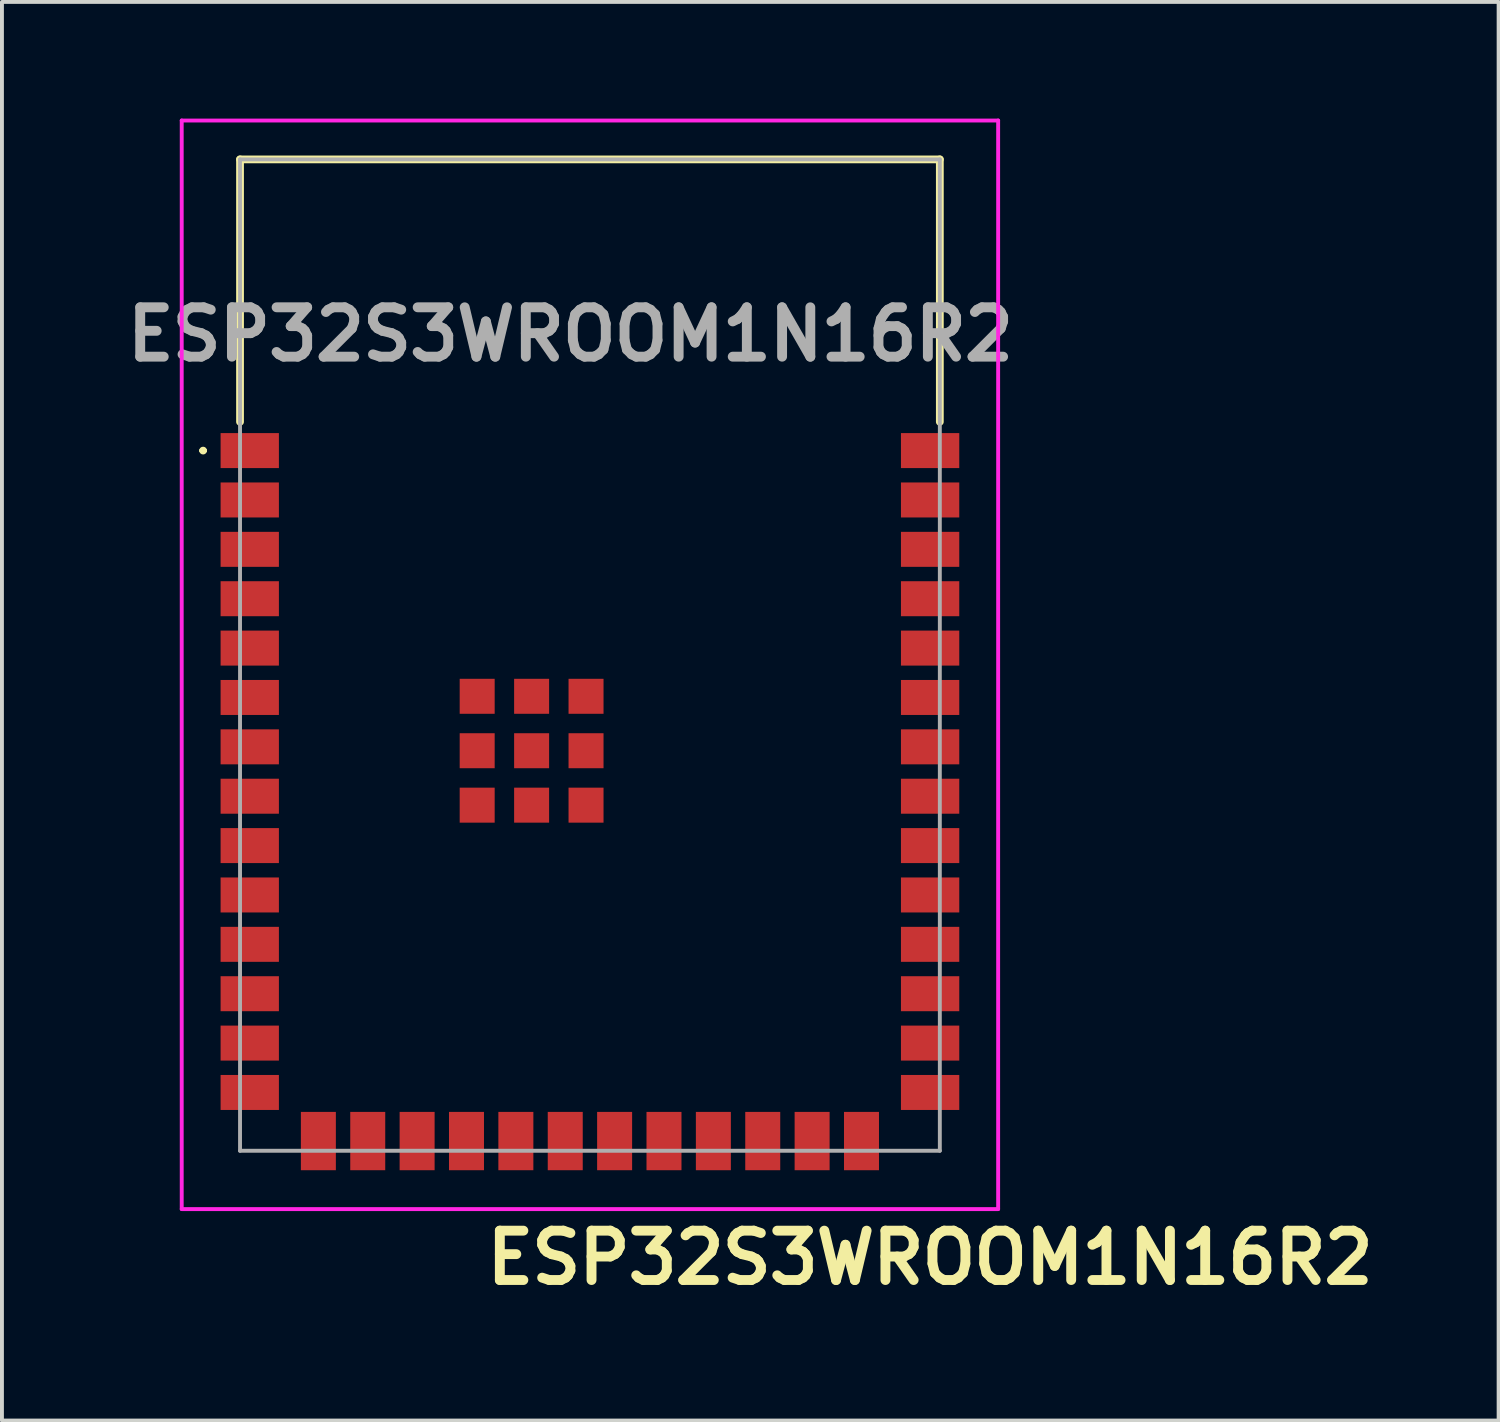
<source format=kicad_pcb>
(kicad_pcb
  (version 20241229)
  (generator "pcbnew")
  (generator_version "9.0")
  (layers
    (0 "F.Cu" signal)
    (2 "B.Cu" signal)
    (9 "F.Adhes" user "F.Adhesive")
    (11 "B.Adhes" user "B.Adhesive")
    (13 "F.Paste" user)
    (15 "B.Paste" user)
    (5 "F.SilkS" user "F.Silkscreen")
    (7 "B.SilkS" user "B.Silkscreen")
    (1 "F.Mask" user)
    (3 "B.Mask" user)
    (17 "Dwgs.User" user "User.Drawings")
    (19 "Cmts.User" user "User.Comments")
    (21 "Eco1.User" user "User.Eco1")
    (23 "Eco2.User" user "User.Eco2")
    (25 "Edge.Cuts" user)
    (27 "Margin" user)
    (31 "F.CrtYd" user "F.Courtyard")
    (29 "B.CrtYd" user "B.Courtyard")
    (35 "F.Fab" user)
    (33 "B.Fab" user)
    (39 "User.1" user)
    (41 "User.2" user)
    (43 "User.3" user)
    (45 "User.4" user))
  (footprint "ESP32S3WROOM1N16R2"
    (layer "F.Cu")
    (at 12.124 13.8)
    (property "Reference" "ESP32S3WROOM1N16R2" (at 8.75 15.5 0) (layer "F.SilkS") (effects (font (size 1.27 1.27) (thickness 0.254))))
    (attr smd)
    (fp_line (start -10 -5.26) (end -10 -5.26) (stroke (width 0.1) (type solid)) (layer "F.SilkS"))
    (fp_line (start -9.9 -5.26) (end -9.9 -5.26) (stroke (width 0.1) (type solid)) (layer "F.SilkS"))
    (fp_line (start -9 -12.75) (end 9 -12.75) (stroke (width 0.2) (type solid)) (layer "F.SilkS"))
    (fp_line (start -9 -6) (end -9 -12.75) (stroke (width 0.2) (type solid)) (layer "F.SilkS"))
    (fp_line (start 9 -12.75) (end 9 -6) (stroke (width 0.2) (type solid)) (layer "F.SilkS"))
    (fp_arc (start -10 -5.26) (mid -9.95 -5.31) (end -9.9 -5.26) (stroke (width 0.1) (type solid)) (layer "F.SilkS"))
    (fp_arc (start -9.9 -5.26) (mid -9.95 -5.21) (end -10 -5.26) (stroke (width 0.1) (type solid)) (layer "F.SilkS"))
    (fp_line (start -10.5 -13.75) (end 10.5 -13.75) (stroke (width 0.1) (type solid)) (layer "F.CrtYd"))
    (fp_line (start -10.5 14.25) (end -10.5 -13.75) (stroke (width 0.1) (type solid)) (layer "F.CrtYd"))
    (fp_line (start 10.5 -13.75) (end 10.5 14.25) (stroke (width 0.1) (type solid)) (layer "F.CrtYd"))
    (fp_line (start 10.5 14.25) (end -10.5 14.25) (stroke (width 0.1) (type solid)) (layer "F.CrtYd"))
    (fp_line (start -9 -12.75) (end 9 -12.75) (stroke (width 0.1) (type solid)) (layer "F.Fab"))
    (fp_line (start -9 12.75) (end -9 -12.75) (stroke (width 0.1) (type solid)) (layer "F.Fab"))
    (fp_line (start 9 -12.75) (end 9 12.75) (stroke (width 0.1) (type solid)) (layer "F.Fab"))
    (fp_line (start 9 12.75) (end -9 12.75) (stroke (width 0.1) (type solid)) (layer "F.Fab"))
    (fp_text user "${REFERENCE}" (at -0.5 -8.25 0) (layer "F.Fab") (effects (font (size 1.27 1.27) (thickness 0.254))))
    (pad "1" smd rect (at -8.75 -5.26 90) (size 0.9 1.5) (layers "F.Cu" "F.Mask" "F.Paste"))
    (pad "2" smd rect (at -8.75 -3.99 90) (size 0.9 1.5) (layers "F.Cu" "F.Mask" "F.Paste"))
    (pad "3" smd rect (at -8.75 -2.72 90) (size 0.9 1.5) (layers "F.Cu" "F.Mask" "F.Paste"))
    (pad "4" smd rect (at -8.75 -1.45 90) (size 0.9 1.5) (layers "F.Cu" "F.Mask" "F.Paste"))
    (pad "5" smd rect (at -8.75 -0.18 90) (size 0.9 1.5) (layers "F.Cu" "F.Mask" "F.Paste"))
    (pad "6" smd rect (at -8.75 1.09 90) (size 0.9 1.5) (layers "F.Cu" "F.Mask" "F.Paste"))
    (pad "7" smd rect (at -8.75 2.36 90) (size 0.9 1.5) (layers "F.Cu" "F.Mask" "F.Paste"))
    (pad "8" smd rect (at -8.75 3.63 90) (size 0.9 1.5) (layers "F.Cu" "F.Mask" "F.Paste"))
    (pad "9" smd rect (at -8.75 4.9 90) (size 0.9 1.5) (layers "F.Cu" "F.Mask" "F.Paste"))
    (pad "10" smd rect (at -8.75 6.17 90) (size 0.9 1.5) (layers "F.Cu" "F.Mask" "F.Paste"))
    (pad "11" smd rect (at -8.75 7.44 90) (size 0.9 1.5) (layers "F.Cu" "F.Mask" "F.Paste"))
    (pad "12" smd rect (at -8.75 8.71 90) (size 0.9 1.5) (layers "F.Cu" "F.Mask" "F.Paste"))
    (pad "13" smd rect (at -8.75 9.98 90) (size 0.9 1.5) (layers "F.Cu" "F.Mask" "F.Paste"))
    (pad "14" smd rect (at -8.75 11.25 90) (size 0.9 1.5) (layers "F.Cu" "F.Mask" "F.Paste"))
    (pad "15" smd rect (at -6.985 12.5) (size 0.9 1.5) (layers "F.Cu" "F.Mask" "F.Paste"))
    (pad "16" smd rect (at -5.715 12.5) (size 0.9 1.5) (layers "F.Cu" "F.Mask" "F.Paste"))
    (pad "17" smd rect (at -4.445 12.5) (size 0.9 1.5) (layers "F.Cu" "F.Mask" "F.Paste"))
    (pad "18" smd rect (at -3.175 12.5) (size 0.9 1.5) (layers "F.Cu" "F.Mask" "F.Paste"))
    (pad "19" smd rect (at -1.905 12.5) (size 0.9 1.5) (layers "F.Cu" "F.Mask" "F.Paste"))
    (pad "20" smd rect (at -0.635 12.5) (size 0.9 1.5) (layers "F.Cu" "F.Mask" "F.Paste"))
    (pad "21" smd rect (at 0.635 12.5) (size 0.9 1.5) (layers "F.Cu" "F.Mask" "F.Paste"))
    (pad "22" smd rect (at 1.905 12.5) (size 0.9 1.5) (layers "F.Cu" "F.Mask" "F.Paste"))
    (pad "23" smd rect (at 3.175 12.5) (size 0.9 1.5) (layers "F.Cu" "F.Mask" "F.Paste"))
    (pad "24" smd rect (at 4.445 12.5) (size 0.9 1.5) (layers "F.Cu" "F.Mask" "F.Paste"))
    (pad "25" smd rect (at 5.715 12.5) (size 0.9 1.5) (layers "F.Cu" "F.Mask" "F.Paste"))
    (pad "26" smd rect (at 6.985 12.5) (size 0.9 1.5) (layers "F.Cu" "F.Mask" "F.Paste"))
    (pad "27" smd rect (at 8.75 11.25 90) (size 0.9 1.5) (layers "F.Cu" "F.Mask" "F.Paste"))
    (pad "28" smd rect (at 8.75 9.98 90) (size 0.9 1.5) (layers "F.Cu" "F.Mask" "F.Paste"))
    (pad "29" smd rect (at 8.75 8.71 90) (size 0.9 1.5) (layers "F.Cu" "F.Mask" "F.Paste"))
    (pad "30" smd rect (at 8.75 7.44 90) (size 0.9 1.5) (layers "F.Cu" "F.Mask" "F.Paste"))
    (pad "31" smd rect (at 8.75 6.17 90) (size 0.9 1.5) (layers "F.Cu" "F.Mask" "F.Paste"))
    (pad "32" smd rect (at 8.75 4.9 90) (size 0.9 1.5) (layers "F.Cu" "F.Mask" "F.Paste"))
    (pad "33" smd rect (at 8.75 3.63 90) (size 0.9 1.5) (layers "F.Cu" "F.Mask" "F.Paste"))
    (pad "34" smd rect (at 8.75 2.36 90) (size 0.9 1.5) (layers "F.Cu" "F.Mask" "F.Paste"))
    (pad "35" smd rect (at 8.75 1.09 90) (size 0.9 1.5) (layers "F.Cu" "F.Mask" "F.Paste"))
    (pad "36" smd rect (at 8.75 -0.18 90) (size 0.9 1.5) (layers "F.Cu" "F.Mask" "F.Paste"))
    (pad "37" smd rect (at 8.75 -1.45 90) (size 0.9 1.5) (layers "F.Cu" "F.Mask" "F.Paste"))
    (pad "38" smd rect (at 8.75 -2.72 90) (size 0.9 1.5) (layers "F.Cu" "F.Mask" "F.Paste"))
    (pad "39" smd rect (at 8.75 -3.99 90) (size 0.9 1.5) (layers "F.Cu" "F.Mask" "F.Paste"))
    (pad "40" smd rect (at 8.75 -5.26 90) (size 0.9 1.5) (layers "F.Cu" "F.Mask" "F.Paste"))
    (pad "41" smd rect (at -1.5 2.46) (size 0.9 0.9) (layers "F.Cu" "F.Mask" "F.Paste"))
    (pad "42" smd rect (at -2.9 1.06) (size 0.9 0.9) (layers "F.Cu" "F.Mask" "F.Paste"))
    (pad "43" smd rect (at -2.9 2.46) (size 0.9 0.9) (layers "F.Cu" "F.Mask" "F.Paste"))
    (pad "44" smd rect (at -2.9 3.86) (size 0.9 0.9) (layers "F.Cu" "F.Mask" "F.Paste"))
    (pad "45" smd rect (at -1.5 3.86) (size 0.9 0.9) (layers "F.Cu" "F.Mask" "F.Paste"))
    (pad "46" smd rect (at -0.1 3.86) (size 0.9 0.9) (layers "F.Cu" "F.Mask" "F.Paste"))
    (pad "47" smd rect (at -0.1 2.46) (size 0.9 0.9) (layers "F.Cu" "F.Mask" "F.Paste"))
    (pad "48" smd rect (at -0.1 1.06) (size 0.9 0.9) (layers "F.Cu" "F.Mask" "F.Paste"))
    (pad "49" smd rect (at -1.5 1.06) (size 0.9 0.9) (layers "F.Cu" "F.Mask" "F.Paste"))
    (zone (net_name "") (layers "F.Cu" "B.Cu") (name "KeepOut") (hatch edge 0.5) (connect_pads) (min_thickness 0.25) (filled_areas_thickness no) (keepout (tracks not_allowed) (vias not_allowed) (pads not_allowed) (copperpour not_allowed) (footprints not_allowed)) (placement (enabled no)) (fill) (polygon (pts (xy 1.624 7.8) (xy 22.624 7.8) (xy 22.624 0.05) (xy 1.624 0.05)))))
  (gr_rect
    (start -3 -3)
    (end 35.497 33.489)
    (stroke (width 0.1) (type default))
    (fill no)
    (layer "Edge.Cuts")))
</source>
